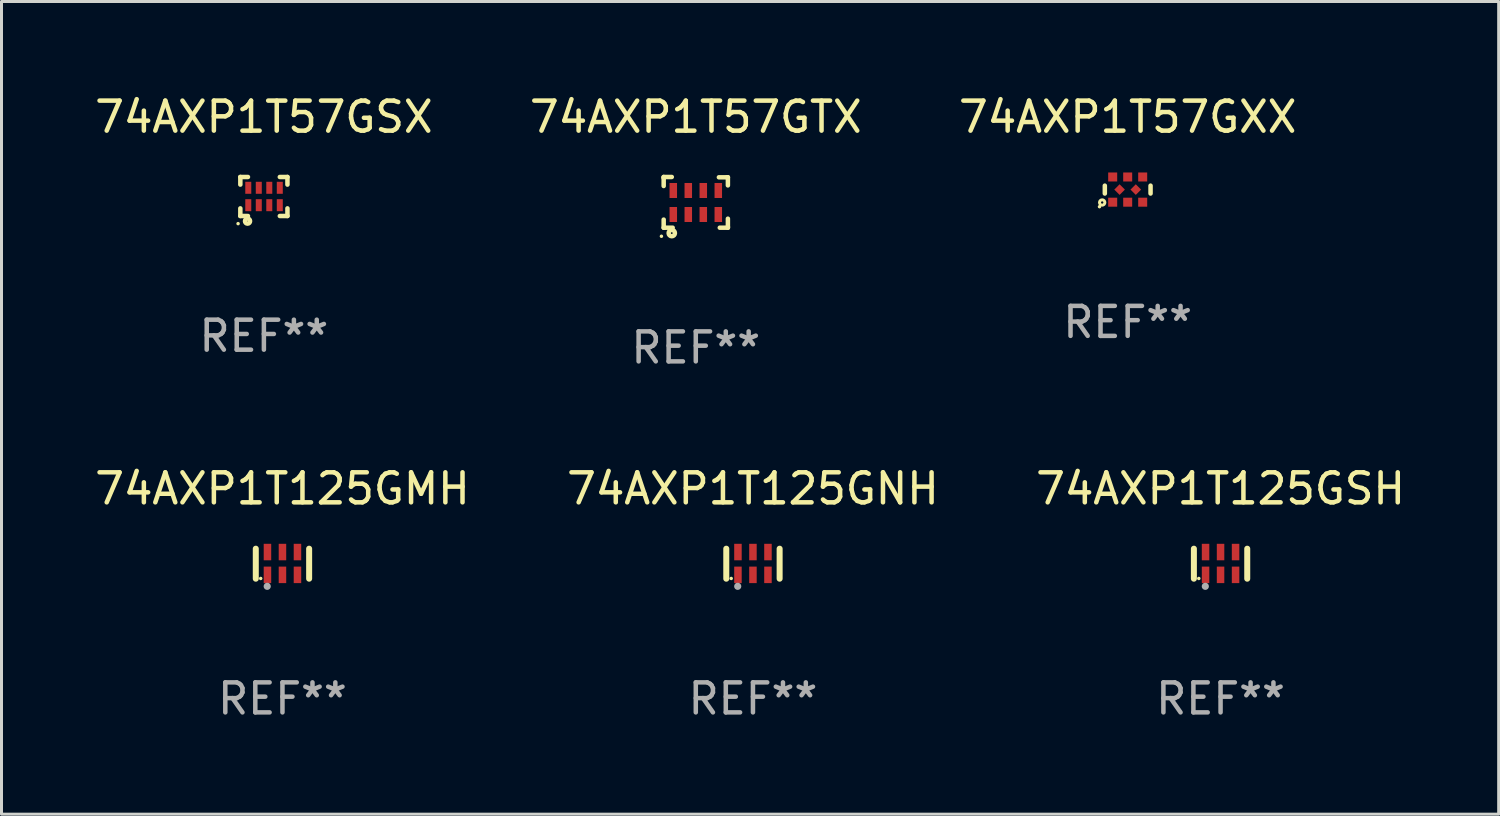
<source format=kicad_pcb>
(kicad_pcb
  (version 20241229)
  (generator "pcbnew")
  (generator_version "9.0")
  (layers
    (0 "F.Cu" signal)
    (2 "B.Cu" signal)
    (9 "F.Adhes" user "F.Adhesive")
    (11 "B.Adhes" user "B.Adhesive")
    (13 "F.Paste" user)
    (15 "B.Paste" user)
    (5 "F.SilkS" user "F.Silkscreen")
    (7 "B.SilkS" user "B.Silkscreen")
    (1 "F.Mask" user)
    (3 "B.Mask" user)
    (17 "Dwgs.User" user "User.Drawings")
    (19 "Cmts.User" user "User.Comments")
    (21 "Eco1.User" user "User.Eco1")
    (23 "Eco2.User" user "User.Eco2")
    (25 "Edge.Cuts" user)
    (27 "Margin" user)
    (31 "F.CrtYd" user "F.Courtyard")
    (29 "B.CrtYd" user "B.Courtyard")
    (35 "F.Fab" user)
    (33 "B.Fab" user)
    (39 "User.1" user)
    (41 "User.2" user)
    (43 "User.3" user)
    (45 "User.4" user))
  (footprint "74AXP1T57GTX"
    (layer "F.Cu")
    (at 20.137 3.693)
    (property "Reference" "74AXP1T57GTX" (at 0 -2.845 0) (layer "F.SilkS") (effects (font (size 1 1) (thickness 0.15))))
    (attr through_hole)
    (fp_line (start -1.07 -0.845) (end -0.8 -0.845) (stroke (width 0.15) (type solid)) (layer "F.SilkS"))
    (fp_line (start -1.07 -0.815) (end -1.07 -0.845) (stroke (width 0.15) (type solid)) (layer "F.SilkS"))
    (fp_line (start -1.07 -0.545) (end -1.07 -0.815) (stroke (width 0.15) (type solid)) (layer "F.SilkS"))
    (fp_line (start -1.07 0.845) (end -1.07 0.575) (stroke (width 0.15) (type solid)) (layer "F.SilkS"))
    (fp_line (start -1.04 0.845) (end -1.07 0.845) (stroke (width 0.15) (type solid)) (layer "F.SilkS"))
    (fp_line (start -0.77 0.845) (end -1.04 0.845) (stroke (width 0.15) (type solid)) (layer "F.SilkS"))
    (fp_line (start 0.77 -0.835) (end 1.04 -0.835) (stroke (width 0.15) (type solid)) (layer "F.SilkS"))
    (fp_line (start 1.04 -0.835) (end 1.07 -0.835) (stroke (width 0.15) (type solid)) (layer "F.SilkS"))
    (fp_line (start 1.07 0.545) (end 1.07 0.815) (stroke (width 0.15) (type solid)) (layer "F.SilkS"))
    (fp_line (start 1.07 0.815) (end 1.07 0.845) (stroke (width 0.15) (type solid)) (layer "F.SilkS"))
    (fp_line (start 1.07 0.845) (end 0.8 0.845) (stroke (width 0.15) (type solid)) (layer "F.SilkS"))
    (fp_line (start 1.07 -0.835) (end 1.07 -0.565) (stroke (width 0.15) (type solid)) (layer "F.SilkS"))
    (fp_circle (center -1.145 1.13) (end -1.115 1.13) (stroke (width 0.06) (type solid)) (fill no) (layer "F.SilkS"))
    (fp_circle (center -0.8 1.025) (end -0.77 1.025) (stroke (width 0.15) (type solid)) (fill no) (layer "F.SilkS"))
    (fp_text user "REF**" (at 0 4.845 0) (layer "F.Fab") (effects (font (size 1 1) (thickness 0.15))))
    (pad "1" smd rect (at -0.75 0.405) (size 0.25 0.5) (layers "F.Cu" "F.Mask" "F.Paste"))
    (pad "2" smd rect (at -0.25 0.405) (size 0.25 0.5) (layers "F.Cu" "F.Mask" "F.Paste"))
    (pad "3" smd rect (at 0.25 0.405) (size 0.25 0.5) (layers "F.Cu" "F.Mask" "F.Paste"))
    (pad "4" smd rect (at 0.75 0.405) (size 0.25 0.5) (layers "F.Cu" "F.Mask" "F.Paste"))
    (pad "5" smd rect (at 0.75 -0.395) (size 0.25 0.5) (layers "F.Cu" "F.Mask" "F.Paste"))
    (pad "6" smd rect (at 0.25 -0.395) (size 0.25 0.5) (layers "F.Cu" "F.Mask" "F.Paste"))
    (pad "7" smd rect (at -0.25 -0.395) (size 0.25 0.5) (layers "F.Cu" "F.Mask" "F.Paste"))
    (pad "8" smd rect (at -0.75 -0.395) (size 0.25 0.5) (layers "F.Cu" "F.Mask" "F.Paste")))
  (footprint "74AXP1T125GNH"
    (layer "F.Cu")
    (at 22.042 15.735)
    (property "Reference" "74AXP1T125GNH" (at 0 -2.5 0) (layer "F.SilkS") (effects (font (size 1 1) (thickness 0.15))))
    (attr through_hole)
    (fp_line (start -0.889 0.5) (end -0.889 -0.5) (stroke (width 0.2) (type solid)) (layer "F.SilkS"))
    (fp_line (start 0.889 0.5) (end 0.889 -0.5) (stroke (width 0.2) (type solid)) (layer "F.SilkS"))
    (fp_circle (center -0.725 0.492) (end -0.695 0.492) (stroke (width 0.06) (type solid)) (fill no) (layer "F.SilkS"))
    (fp_circle (center -0.508 0.754) (end -0.448 0.754) (stroke (width 0.12) (type solid)) (fill no) (layer "F.Fab"))
    (fp_text user "REF**" (at 0 4.5 0) (layer "F.Fab") (effects (font (size 1 1) (thickness 0.15))))
    (pad "1" smd rect (at -0.5 0.372) (size 0.25 0.55) (layers "F.Cu" "F.Mask" "F.Paste"))
    (pad "2" smd rect (at -0.000127 0.372) (size 0.25 0.55) (layers "F.Cu" "F.Mask" "F.Paste"))
    (pad "3" smd rect (at 0.5 0.372) (size 0.25 0.55) (layers "F.Cu" "F.Mask" "F.Paste"))
    (pad "4" smd rect (at 0.5 -0.388 180) (size 0.25 0.55) (layers "F.Cu" "F.Mask" "F.Paste"))
    (pad "5" smd rect (at -0.000127 -0.388 180) (size 0.25 0.55) (layers "F.Cu" "F.Mask" "F.Paste"))
    (pad "6" smd rect (at -0.5 -0.388 180) (size 0.25 0.55) (layers "F.Cu" "F.Mask" "F.Paste")))
  (footprint "74AXP1T57GSX"
    (layer "F.Cu")
    (at 5.744 3.498)
    (property "Reference" "74AXP1T57GSX" (at 0 -2.65 0) (layer "F.SilkS") (effects (font (size 1 1) (thickness 0.15))))
    (attr through_hole)
    (fp_line (start -0.785 0.65) (end -0.785 0.396) (stroke (width 0.15) (type solid)) (layer "F.SilkS"))
    (fp_line (start -0.785 -0.65) (end -0.531 -0.65) (stroke (width 0.15) (type solid)) (layer "F.SilkS"))
    (fp_line (start -0.785 -0.396) (end -0.785 -0.65) (stroke (width 0.15) (type solid)) (layer "F.SilkS"))
    (fp_line (start -0.531 0.65) (end -0.785 0.65) (stroke (width 0.15) (type solid)) (layer "F.SilkS"))
    (fp_line (start 0.531 -0.65) (end 0.785 -0.65) (stroke (width 0.15) (type solid)) (layer "F.SilkS"))
    (fp_line (start 0.785 -0.65) (end 0.785 -0.396) (stroke (width 0.15) (type solid)) (layer "F.SilkS"))
    (fp_line (start 0.785 0.396) (end 0.785 0.65) (stroke (width 0.15) (type solid)) (layer "F.SilkS"))
    (fp_line (start 0.785 0.65) (end 0.531 0.65) (stroke (width 0.15) (type solid)) (layer "F.SilkS"))
    (fp_circle (center -0.86 0.905) (end -0.83 0.905) (stroke (width 0.06) (type solid)) (fill no) (layer "F.SilkS"))
    (fp_circle (center -0.545 0.82) (end -0.535 0.82) (stroke (width 0.15) (type solid)) (fill no) (layer "F.SilkS"))
    (fp_text user "REF**" (at 0 4.65 0) (layer "F.Fab") (effects (font (size 1 1) (thickness 0.15))))
    (pad "1" smd rect (at -0.52 0.29) (size 0.2 0.4) (layers "F.Cu" "F.Mask" "F.Paste"))
    (pad "2" smd rect (at -0.17 0.29) (size 0.2 0.4) (layers "F.Cu" "F.Mask" "F.Paste"))
    (pad "3" smd rect (at 0.18 0.29) (size 0.2 0.4) (layers "F.Cu" "F.Mask" "F.Paste"))
    (pad "4" smd rect (at 0.53 0.29) (size 0.2 0.4) (layers "F.Cu" "F.Mask" "F.Paste"))
    (pad "5" smd rect (at 0.53 -0.29) (size 0.2 0.4) (layers "F.Cu" "F.Mask" "F.Paste"))
    (pad "6" smd rect (at 0.18 -0.29) (size 0.2 0.4) (layers "F.Cu" "F.Mask" "F.Paste"))
    (pad "7" smd rect (at -0.17 -0.29) (size 0.2 0.4) (layers "F.Cu" "F.Mask" "F.Paste"))
    (pad "8" smd rect (at -0.52 -0.29) (size 0.2 0.4) (layers "F.Cu" "F.Mask" "F.Paste")))
  (footprint "74AXP1T125GMH"
    (layer "F.Cu")
    (at 6.363 15.735)
    (property "Reference" "74AXP1T125GMH" (at 0 -2.5 0) (layer "F.SilkS") (effects (font (size 1 1) (thickness 0.15))))
    (attr through_hole)
    (fp_line (start -0.889 0.5) (end -0.889 -0.5) (stroke (width 0.2) (type solid)) (layer "F.SilkS"))
    (fp_line (start 0.889 0.5) (end 0.889 -0.5) (stroke (width 0.2) (type solid)) (layer "F.SilkS"))
    (fp_circle (center -0.725 0.492) (end -0.695 0.492) (stroke (width 0.06) (type solid)) (fill no) (layer "F.SilkS"))
    (fp_circle (center -0.508 0.754) (end -0.448 0.754) (stroke (width 0.12) (type solid)) (fill no) (layer "F.Fab"))
    (fp_text user "REF**" (at 0 4.5 0) (layer "F.Fab") (effects (font (size 1 1) (thickness 0.15))))
    (pad "1" smd rect (at -0.5 0.372) (size 0.25 0.55) (layers "F.Cu" "F.Mask" "F.Paste"))
    (pad "2" smd rect (at -0.000127 0.372) (size 0.25 0.55) (layers "F.Cu" "F.Mask" "F.Paste"))
    (pad "3" smd rect (at 0.5 0.372) (size 0.25 0.55) (layers "F.Cu" "F.Mask" "F.Paste"))
    (pad "4" smd rect (at 0.5 -0.388 180) (size 0.25 0.55) (layers "F.Cu" "F.Mask" "F.Paste"))
    (pad "5" smd rect (at -0.000127 -0.388 180) (size 0.25 0.55) (layers "F.Cu" "F.Mask" "F.Paste"))
    (pad "6" smd rect (at -0.5 -0.388 180) (size 0.25 0.55) (layers "F.Cu" "F.Mask" "F.Paste")))
  (footprint "74AXP1T57GXX"
    (layer "F.Cu")
    (at 34.53 3.268)
    (property "Reference" "74AXP1T57GXX" (at 0 -2.42 0) (layer "F.SilkS") (effects (font (size 1 1) (thickness 0.15))))
    (attr through_hole)
    (fp_line (start -0.762 -0.131) (end -0.762 0.131) (stroke (width 0.15) (type solid)) (layer "F.SilkS"))
    (fp_line (start 0.762 -0.131) (end 0.762 0.131) (stroke (width 0.15) (type solid)) (layer "F.SilkS"))
    (fp_circle (center -0.939 0.57) (end -0.909 0.57) (stroke (width 0.06) (type solid)) (fill no) (layer "F.SilkS"))
    (fp_circle (center -0.85 0.43) (end -0.811 0.43) (stroke (width 0.1) (type solid)) (fill no) (layer "F.SilkS"))
    (fp_text user "REF**" (at 0 4.42 0) (layer "F.Fab") (effects (font (size 1 1) (thickness 0.15))))
    (pad "1" smd rect (at -0.5 0.42) (size 0.3 0.3) (layers "F.Cu" "F.Mask" "F.Paste"))
    (pad "2" smd rect (at 0.000127 0.42) (size 0.3 0.3) (layers "F.Cu" "F.Mask" "F.Paste"))
    (pad "3" smd rect (at 0.5 0.42) (size 0.3 0.3) (layers "F.Cu" "F.Mask" "F.Paste"))
    (pad "4" smd rect (at 0.27 0 45) (size 0.25 0.25) (layers "F.Cu" "F.Mask" "F.Paste"))
    (pad "5" smd rect (at 0.5 -0.42) (size 0.3 0.3) (layers "F.Cu" "F.Mask" "F.Paste"))
    (pad "6" smd rect (at 0.000127 -0.42) (size 0.3 0.3) (layers "F.Cu" "F.Mask" "F.Paste"))
    (pad "7" smd rect (at -0.5 -0.42) (size 0.3 0.3) (layers "F.Cu" "F.Mask" "F.Paste"))
    (pad "8" smd rect (at -0.27 0 45) (size 0.25 0.25) (layers "F.Cu" "F.Mask" "F.Paste")))
  (footprint "74AXP1T125GSH"
    (layer "F.Cu")
    (at 37.625 15.735)
    (property "Reference" "74AXP1T125GSH" (at 0 -2.5 0) (layer "F.SilkS") (effects (font (size 1 1) (thickness 0.15))))
    (attr through_hole)
    (fp_line (start -0.889 0.5) (end -0.889 -0.5) (stroke (width 0.2) (type solid)) (layer "F.SilkS"))
    (fp_line (start 0.889 0.5) (end 0.889 -0.5) (stroke (width 0.2) (type solid)) (layer "F.SilkS"))
    (fp_circle (center -0.725 0.492) (end -0.695 0.492) (stroke (width 0.06) (type solid)) (fill no) (layer "F.SilkS"))
    (fp_circle (center -0.508 0.754) (end -0.448 0.754) (stroke (width 0.12) (type solid)) (fill no) (layer "F.Fab"))
    (fp_text user "REF**" (at 0 4.5 0) (layer "F.Fab") (effects (font (size 1 1) (thickness 0.15))))
    (pad "1" smd rect (at -0.5 0.372) (size 0.25 0.55) (layers "F.Cu" "F.Mask" "F.Paste"))
    (pad "2" smd rect (at -0.000127 0.372) (size 0.25 0.55) (layers "F.Cu" "F.Mask" "F.Paste"))
    (pad "3" smd rect (at 0.5 0.372) (size 0.25 0.55) (layers "F.Cu" "F.Mask" "F.Paste"))
    (pad "4" smd rect (at 0.5 -0.388 180) (size 0.25 0.55) (layers "F.Cu" "F.Mask" "F.Paste"))
    (pad "5" smd rect (at -0.000127 -0.388 180) (size 0.25 0.55) (layers "F.Cu" "F.Mask" "F.Paste"))
    (pad "6" smd rect (at -0.5 -0.388 180) (size 0.25 0.55) (layers "F.Cu" "F.Mask" "F.Paste")))
  (gr_rect
    (start -3 -3)
    (end 46.893 24.083)
    (stroke (width 0.1) (type default))
    (fill no)
    (layer "Edge.Cuts")))
</source>
